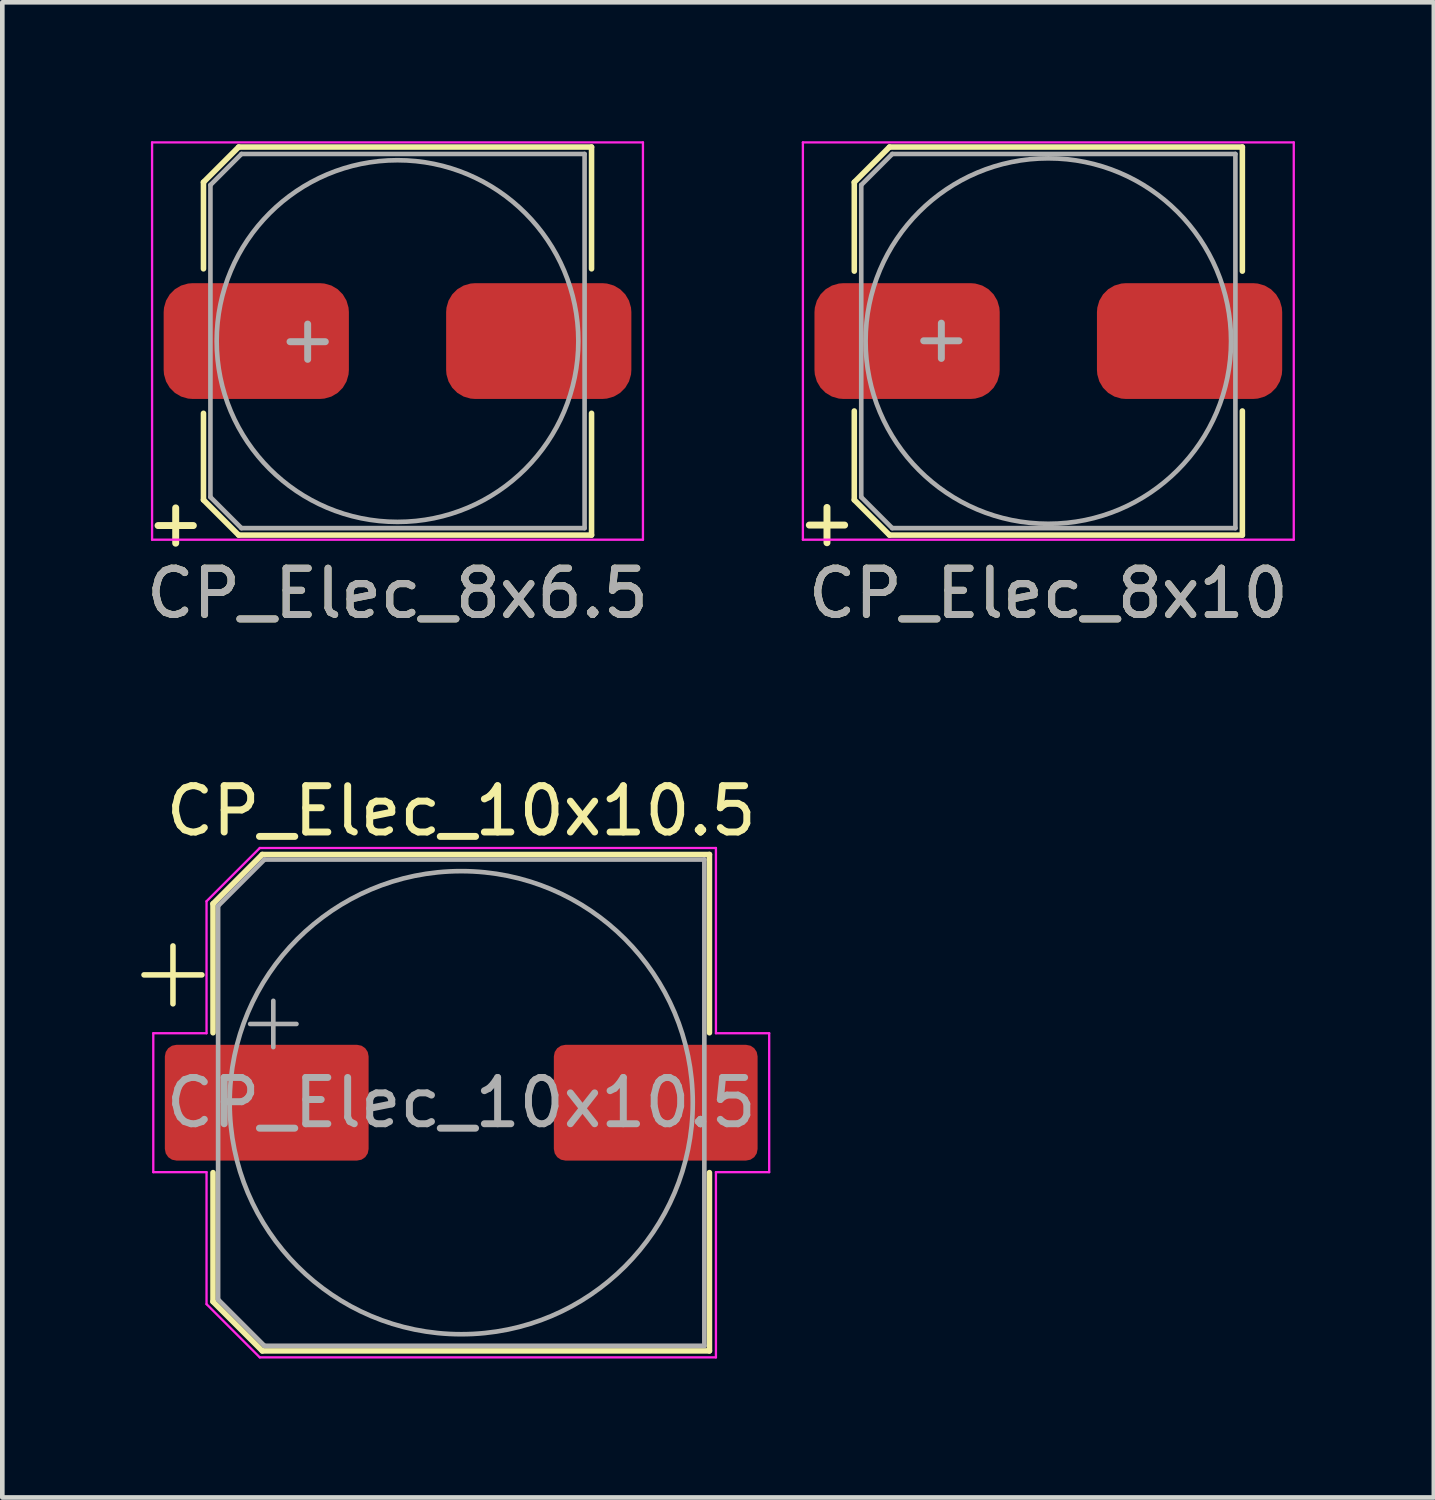
<source format=kicad_pcb>
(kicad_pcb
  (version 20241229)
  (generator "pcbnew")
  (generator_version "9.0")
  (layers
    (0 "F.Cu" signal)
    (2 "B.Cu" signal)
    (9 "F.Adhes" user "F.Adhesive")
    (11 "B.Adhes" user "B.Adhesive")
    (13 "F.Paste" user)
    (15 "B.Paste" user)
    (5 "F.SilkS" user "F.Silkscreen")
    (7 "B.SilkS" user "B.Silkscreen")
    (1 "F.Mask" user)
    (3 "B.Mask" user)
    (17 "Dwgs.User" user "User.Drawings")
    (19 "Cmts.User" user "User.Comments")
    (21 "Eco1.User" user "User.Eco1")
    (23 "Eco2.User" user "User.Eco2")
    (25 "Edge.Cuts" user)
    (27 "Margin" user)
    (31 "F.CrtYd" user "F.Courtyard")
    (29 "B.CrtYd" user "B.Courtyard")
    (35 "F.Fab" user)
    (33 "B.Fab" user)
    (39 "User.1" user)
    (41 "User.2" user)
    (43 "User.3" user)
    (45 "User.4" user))
  (footprint "CP_Elec_8x10"
    (layer "F.Cu")
    (at 19.588 4.315)
    (property "Reference" "CP_Elec_8x10" (at 0 5.45 0) (layer "F.SilkS") (effects (font (size 1 1) (thickness 0.15))))
    (attr smd)
    (fp_line (start -4.19 -3.43) (end -4.19 -1.51) (stroke (width 0.12) (type solid)) (layer "F.SilkS"))
    (fp_line (start -4.19 -3.43) (end -3.43 -4.19) (stroke (width 0.12) (type solid)) (layer "F.SilkS"))
    (fp_line (start -4.19 3.43) (end -4.19 1.51) (stroke (width 0.12) (type solid)) (layer "F.SilkS"))
    (fp_line (start -3.43 -4.19) (end 4.19 -4.19) (stroke (width 0.12) (type solid)) (layer "F.SilkS"))
    (fp_line (start -3.43 4.19) (end -4.19 3.43) (stroke (width 0.12) (type solid)) (layer "F.SilkS"))
    (fp_line (start 4.19 -4.19) (end 4.19 -1.51) (stroke (width 0.12) (type solid)) (layer "F.SilkS"))
    (fp_line (start 4.19 4.19) (end -3.43 4.19) (stroke (width 0.12) (type solid)) (layer "F.SilkS"))
    (fp_line (start 4.19 4.19) (end 4.19 1.51) (stroke (width 0.12) (type solid)) (layer "F.SilkS"))
    (fp_line (start -5.3 -4.29) (end -5.3 4.29) (stroke (width 0.05) (type solid)) (layer "F.CrtYd"))
    (fp_line (start -5.3 -4.29) (end 5.3 -4.29) (stroke (width 0.05) (type solid)) (layer "F.CrtYd"))
    (fp_line (start 5.3 4.29) (end -5.3 4.29) (stroke (width 0.05) (type solid)) (layer "F.CrtYd"))
    (fp_line (start 5.3 4.29) (end 5.3 -4.29) (stroke (width 0.05) (type solid)) (layer "F.CrtYd"))
    (fp_line (start -4.04 -3.37) (end -4.04 3.37) (stroke (width 0.1) (type solid)) (layer "F.Fab"))
    (fp_line (start -4.04 3.37) (end -3.37 4.04) (stroke (width 0.1) (type solid)) (layer "F.Fab"))
    (fp_line (start -3.37 -4.04) (end -4.04 -3.37) (stroke (width 0.1) (type solid)) (layer "F.Fab"))
    (fp_line (start -3.37 4.04) (end 4.04 4.04) (stroke (width 0.1) (type solid)) (layer "F.Fab"))
    (fp_line (start 4.04 -4.04) (end -3.37 -4.04) (stroke (width 0.1) (type solid)) (layer "F.Fab"))
    (fp_line (start 4.04 4.04) (end 4.04 -4.04) (stroke (width 0.1) (type solid)) (layer "F.Fab"))
    (fp_circle (center 0 0) (end -0.6 3.9) (stroke (width 0.1) (type solid)) (fill no) (layer "F.Fab"))
    (fp_text user "+" (at -4.78 3.9 0) (layer "F.SilkS") (effects (font (size 1 1) (thickness 0.15))))
    (fp_text user "${REFERENCE}" (at 0 5.45 0) (layer "F.Fab") (effects (font (size 1 1) (thickness 0.15))))
    (fp_text user "+" (at -2.31 -0.08 0) (layer "F.Fab") (effects (font (size 1 1) (thickness 0.15))))
    (pad "1" smd roundrect (at -3.05 0 180) (size 4 2.5) (layers "F.Cu" "F.Mask" "F.Paste") (roundrect_rratio 0.25))
    (pad "2" smd roundrect (at 3.05 0 180) (size 4 2.5) (layers "F.Cu" "F.Mask" "F.Paste") (roundrect_rratio 0.25)))
  (footprint "CP_Elec_8x6.5"
    (layer "F.Cu")
    (at 5.534 4.315)
    (property "Reference" "CP_Elec_8x6.5" (at 0 5.45 0) (layer "F.SilkS") (effects (font (size 1 1) (thickness 0.15))))
    (attr smd)
    (fp_line (start -4.19 -3.43) (end -4.19 -1.56) (stroke (width 0.12) (type solid)) (layer "F.SilkS"))
    (fp_line (start -4.19 -3.43) (end -3.43 -4.19) (stroke (width 0.12) (type solid)) (layer "F.SilkS"))
    (fp_line (start -4.19 3.43) (end -4.19 1.56) (stroke (width 0.12) (type solid)) (layer "F.SilkS"))
    (fp_line (start -3.43 -4.19) (end 4.19 -4.19) (stroke (width 0.12) (type solid)) (layer "F.SilkS"))
    (fp_line (start -3.43 4.19) (end -4.19 3.43) (stroke (width 0.12) (type solid)) (layer "F.SilkS"))
    (fp_line (start 4.19 -4.19) (end 4.19 -1.56) (stroke (width 0.12) (type solid)) (layer "F.SilkS"))
    (fp_line (start 4.19 4.19) (end -3.43 4.19) (stroke (width 0.12) (type solid)) (layer "F.SilkS"))
    (fp_line (start 4.19 4.19) (end 4.19 1.56) (stroke (width 0.12) (type solid)) (layer "F.SilkS"))
    (fp_line (start -5.3 -4.29) (end -5.3 4.29) (stroke (width 0.05) (type solid)) (layer "F.CrtYd"))
    (fp_line (start -5.3 -4.29) (end 5.3 -4.29) (stroke (width 0.05) (type solid)) (layer "F.CrtYd"))
    (fp_line (start 5.3 4.29) (end -5.3 4.29) (stroke (width 0.05) (type solid)) (layer "F.CrtYd"))
    (fp_line (start 5.3 4.29) (end 5.3 -4.29) (stroke (width 0.05) (type solid)) (layer "F.CrtYd"))
    (fp_line (start -4.04 -3.37) (end -4.04 3.37) (stroke (width 0.1) (type solid)) (layer "F.Fab"))
    (fp_line (start -4.04 3.37) (end -3.37 4.04) (stroke (width 0.1) (type solid)) (layer "F.Fab"))
    (fp_line (start -3.37 -4.04) (end -4.04 -3.37) (stroke (width 0.1) (type solid)) (layer "F.Fab"))
    (fp_line (start -3.37 4.04) (end 4.04 4.04) (stroke (width 0.1) (type solid)) (layer "F.Fab"))
    (fp_line (start 4.04 -4.04) (end -3.37 -4.04) (stroke (width 0.1) (type solid)) (layer "F.Fab"))
    (fp_line (start 4.04 4.04) (end 4.04 -4.04) (stroke (width 0.1) (type solid)) (layer "F.Fab"))
    (fp_circle (center 0 0) (end 0.9 3.8) (stroke (width 0.1) (type solid)) (fill no) (layer "F.Fab"))
    (fp_text user "+" (at -4.79 3.91 0) (layer "F.SilkS") (effects (font (size 1 1) (thickness 0.15))))
    (fp_text user "+" (at -1.94 -0.06 0) (layer "F.Fab") (effects (font (size 1 1) (thickness 0.15))))
    (fp_text user "${REFERENCE}" (at 0 5.45 0) (layer "F.Fab") (effects (font (size 1 1) (thickness 0.15))))
    (pad "1" smd roundrect (at -3.05 0 180) (size 4 2.5) (layers "F.Cu" "F.Mask" "F.Paste") (roundrect_rratio 0.25))
    (pad "2" smd roundrect (at 3.05 0 180) (size 4 2.5) (layers "F.Cu" "F.Mask" "F.Paste") (roundrect_rratio 0.25)))
  (footprint "CP_Elec_10x10.5"
    (layer "F.Cu")
    (at 6.91 20.762)
    (property "Reference" "CP_Elec_10x10.5" (at 0 -6.3 0) (layer "F.SilkS") (effects (font (size 1 1) (thickness 0.15))))
    (attr smd)
    (fp_line (start -6.85 -2.76) (end -5.6 -2.76) (stroke (width 0.12) (type solid)) (layer "F.SilkS"))
    (fp_line (start -6.225 -3.385) (end -6.225 -2.135) (stroke (width 0.12) (type solid)) (layer "F.SilkS"))
    (fp_line (start -5.36 -4.296) (end -5.36 -1.51) (stroke (width 0.12) (type solid)) (layer "F.SilkS"))
    (fp_line (start -5.36 -4.296) (end -4.296 -5.36) (stroke (width 0.12) (type solid)) (layer "F.SilkS"))
    (fp_line (start -5.36 4.296) (end -5.36 1.51) (stroke (width 0.12) (type solid)) (layer "F.SilkS"))
    (fp_line (start -5.36 4.296) (end -4.296 5.36) (stroke (width 0.12) (type solid)) (layer "F.SilkS"))
    (fp_line (start -4.296 -5.36) (end 5.36 -5.36) (stroke (width 0.12) (type solid)) (layer "F.SilkS"))
    (fp_line (start -4.296 5.36) (end 5.36 5.36) (stroke (width 0.12) (type solid)) (layer "F.SilkS"))
    (fp_line (start 5.36 -5.36) (end 5.36 -1.51) (stroke (width 0.12) (type solid)) (layer "F.SilkS"))
    (fp_line (start 5.36 5.36) (end 5.36 1.51) (stroke (width 0.12) (type solid)) (layer "F.SilkS"))
    (fp_line (start -6.65 -1.5) (end -6.65 1.5) (stroke (width 0.05) (type solid)) (layer "F.CrtYd"))
    (fp_line (start -6.65 1.5) (end -5.5 1.5) (stroke (width 0.05) (type solid)) (layer "F.CrtYd"))
    (fp_line (start -5.5 -4.35) (end -5.5 -1.5) (stroke (width 0.05) (type solid)) (layer "F.CrtYd"))
    (fp_line (start -5.5 -4.35) (end -4.35 -5.5) (stroke (width 0.05) (type solid)) (layer "F.CrtYd"))
    (fp_line (start -5.5 -1.5) (end -6.65 -1.5) (stroke (width 0.05) (type solid)) (layer "F.CrtYd"))
    (fp_line (start -5.5 1.5) (end -5.5 4.35) (stroke (width 0.05) (type solid)) (layer "F.CrtYd"))
    (fp_line (start -5.5 4.35) (end -4.35 5.5) (stroke (width 0.05) (type solid)) (layer "F.CrtYd"))
    (fp_line (start -4.35 -5.5) (end 5.5 -5.5) (stroke (width 0.05) (type solid)) (layer "F.CrtYd"))
    (fp_line (start -4.35 5.5) (end 5.5 5.5) (stroke (width 0.05) (type solid)) (layer "F.CrtYd"))
    (fp_line (start 5.5 -5.5) (end 5.5 -1.5) (stroke (width 0.05) (type solid)) (layer "F.CrtYd"))
    (fp_line (start 5.5 -1.5) (end 6.65 -1.5) (stroke (width 0.05) (type solid)) (layer "F.CrtYd"))
    (fp_line (start 5.5 1.5) (end 5.5 5.5) (stroke (width 0.05) (type solid)) (layer "F.CrtYd"))
    (fp_line (start 6.65 -1.5) (end 6.65 1.5) (stroke (width 0.05) (type solid)) (layer "F.CrtYd"))
    (fp_line (start 6.65 1.5) (end 5.5 1.5) (stroke (width 0.05) (type solid)) (layer "F.CrtYd"))
    (fp_line (start -5.25 -4.25) (end -5.25 4.25) (stroke (width 0.1) (type solid)) (layer "F.Fab"))
    (fp_line (start -5.25 -4.25) (end -4.25 -5.25) (stroke (width 0.1) (type solid)) (layer "F.Fab"))
    (fp_line (start -5.25 4.25) (end -4.25 5.25) (stroke (width 0.1) (type solid)) (layer "F.Fab"))
    (fp_line (start -4.558 -1.7) (end -3.558 -1.7) (stroke (width 0.1) (type solid)) (layer "F.Fab"))
    (fp_line (start -4.25 -5.25) (end 5.25 -5.25) (stroke (width 0.1) (type solid)) (layer "F.Fab"))
    (fp_line (start -4.25 5.25) (end 5.25 5.25) (stroke (width 0.1) (type solid)) (layer "F.Fab"))
    (fp_line (start -4.058 -2.2) (end -4.058 -1.2) (stroke (width 0.1) (type solid)) (layer "F.Fab"))
    (fp_line (start 5.25 -5.25) (end 5.25 5.25) (stroke (width 0.1) (type solid)) (layer "F.Fab"))
    (fp_circle (center 0 0) (end 5 0) (stroke (width 0.1) (type solid)) (fill no) (layer "F.Fab"))
    (fp_text user "${REFERENCE}" (at 0 0 0) (layer "F.Fab") (effects (font (size 1 1) (thickness 0.15))))
    (pad "1" smd roundrect (at -4.2 0) (size 4.4 2.5) (layers "F.Cu" "F.Mask" "F.Paste") (roundrect_rratio 0.1))
    (pad "2" smd roundrect (at 4.2 0) (size 4.4 2.5) (layers "F.Cu" "F.Mask" "F.Paste") (roundrect_rratio 0.1)))
  (gr_rect
    (start -3 -3)
    (end 27.913 29.287)
    (stroke (width 0.1) (type default))
    (fill no)
    (layer "Edge.Cuts")))
</source>
